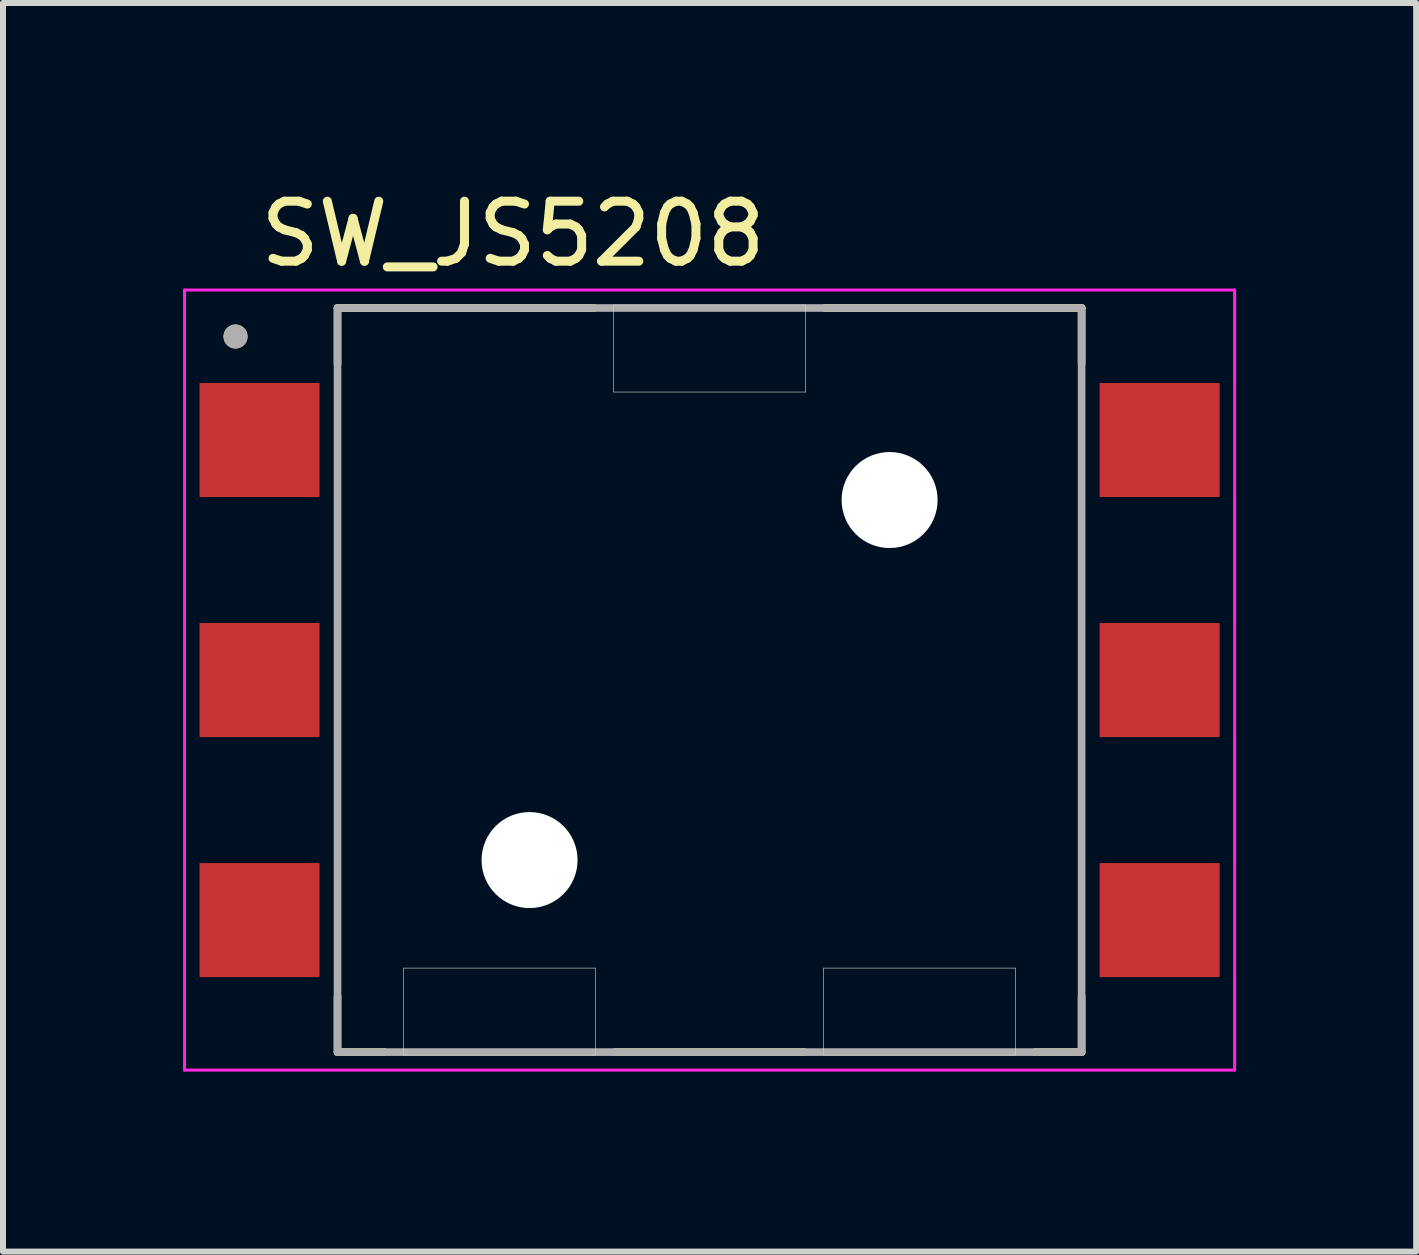
<source format=kicad_pcb>
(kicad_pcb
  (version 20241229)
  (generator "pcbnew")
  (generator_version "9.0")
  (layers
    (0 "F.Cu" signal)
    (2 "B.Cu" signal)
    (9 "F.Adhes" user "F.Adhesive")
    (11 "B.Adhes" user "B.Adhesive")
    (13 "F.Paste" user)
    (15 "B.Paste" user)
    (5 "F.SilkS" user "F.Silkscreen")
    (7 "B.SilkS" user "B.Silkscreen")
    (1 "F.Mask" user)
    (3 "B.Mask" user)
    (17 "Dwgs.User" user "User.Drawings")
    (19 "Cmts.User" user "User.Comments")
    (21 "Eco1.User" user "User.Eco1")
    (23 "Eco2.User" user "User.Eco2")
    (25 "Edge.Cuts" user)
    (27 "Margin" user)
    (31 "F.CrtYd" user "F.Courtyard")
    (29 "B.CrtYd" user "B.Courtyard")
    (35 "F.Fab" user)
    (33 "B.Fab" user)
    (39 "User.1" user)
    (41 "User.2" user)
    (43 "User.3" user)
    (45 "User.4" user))
  (footprint "SW_JS5208"
    (layer "F.Cu")
    (at 8.775 8.283)
    (property "Reference" "SW_JS5208" (at -3.275 -7.435 0) (layer "F.SilkS") (effects (font (size 1 1) (thickness 0.15))))
    (attr smd)
    (fp_line (start -6.2 -6.2) (end -1.92 -6.2) (stroke (width 0.127) (type solid)) (layer "F.SilkS"))
    (fp_line (start -6.2 -5.27) (end -6.2 -6.2) (stroke (width 0.127) (type solid)) (layer "F.SilkS"))
    (fp_line (start -6.2 5.27) (end -6.2 6.2) (stroke (width 0.127) (type solid)) (layer "F.SilkS"))
    (fp_line (start -6.2 6.2) (end -5.42 6.2) (stroke (width 0.127) (type solid)) (layer "F.SilkS"))
    (fp_line (start -1.58 6.2) (end 1.58 6.2) (stroke (width 0.127) (type solid)) (layer "F.SilkS"))
    (fp_line (start 1.92 -6.2) (end 6.2 -6.2) (stroke (width 0.127) (type solid)) (layer "F.SilkS"))
    (fp_line (start 5.42 6.2) (end 6.2 6.2) (stroke (width 0.127) (type solid)) (layer "F.SilkS"))
    (fp_line (start 6.2 -6.2) (end 6.2 -5.27) (stroke (width 0.127) (type solid)) (layer "F.SilkS"))
    (fp_line (start 6.2 6.2) (end 6.2 5.27) (stroke (width 0.127) (type solid)) (layer "F.SilkS"))
    (fp_circle (center -7.9 -5.725) (end -7.8 -5.725) (stroke (width 0.2) (type solid)) (fill no) (layer "F.SilkS"))
    (fp_line (start -5.1 4.8) (end -1.9 4.8) (stroke (width 0.01) (type solid)) (layer "Edge.Cuts"))
    (fp_line (start -5.1 6.25) (end -5.1 4.8) (stroke (width 0.01) (type solid)) (layer "Edge.Cuts"))
    (fp_line (start -1.9 4.8) (end -1.9 6.25) (stroke (width 0.01) (type solid)) (layer "Edge.Cuts"))
    (fp_line (start -1.9 6.25) (end -5.1 6.25) (stroke (width 0.01) (type solid)) (layer "Edge.Cuts"))
    (fp_line (start -1.6 -6.25) (end 1.6 -6.25) (stroke (width 0.01) (type solid)) (layer "Edge.Cuts"))
    (fp_line (start -1.6 -4.8) (end -1.6 -6.25) (stroke (width 0.01) (type solid)) (layer "Edge.Cuts"))
    (fp_line (start 1.6 -6.25) (end 1.6 -4.8) (stroke (width 0.01) (type solid)) (layer "Edge.Cuts"))
    (fp_line (start 1.6 -4.8) (end -1.6 -4.8) (stroke (width 0.01) (type solid)) (layer "Edge.Cuts"))
    (fp_line (start 1.9 4.8) (end 1.9 6.25) (stroke (width 0.01) (type solid)) (layer "Edge.Cuts"))
    (fp_line (start 1.9 6.25) (end 5.1 6.25) (stroke (width 0.01) (type solid)) (layer "Edge.Cuts"))
    (fp_line (start 5.1 4.8) (end 1.9 4.8) (stroke (width 0.01) (type solid)) (layer "Edge.Cuts"))
    (fp_line (start 5.1 6.25) (end 5.1 4.8) (stroke (width 0.01) (type solid)) (layer "Edge.Cuts"))
    (fp_line (start -8.75 -6.5) (end -8.75 6.5) (stroke (width 0.05) (type solid)) (layer "F.CrtYd"))
    (fp_line (start -8.75 6.5) (end 8.75 6.5) (stroke (width 0.05) (type solid)) (layer "F.CrtYd"))
    (fp_line (start 8.75 -6.5) (end -8.75 -6.5) (stroke (width 0.05) (type solid)) (layer "F.CrtYd"))
    (fp_line (start 8.75 6.5) (end 8.75 -6.5) (stroke (width 0.05) (type solid)) (layer "F.CrtYd"))
    (fp_line (start -6.2 -6.2) (end 6.2 -6.2) (stroke (width 0.127) (type solid)) (layer "F.Fab"))
    (fp_line (start -6.2 6.2) (end -6.2 -6.2) (stroke (width 0.127) (type solid)) (layer "F.Fab"))
    (fp_line (start 6.2 -6.2) (end 6.2 6.2) (stroke (width 0.127) (type solid)) (layer "F.Fab"))
    (fp_line (start 6.2 6.2) (end -6.2 6.2) (stroke (width 0.127) (type solid)) (layer "F.Fab"))
    (fp_circle (center -7.9 -5.725) (end -7.8 -5.725) (stroke (width 0.2) (type solid)) (fill no) (layer "F.Fab"))
    (pad "" np_thru_hole circle (at -3 3) (size 1.6 1.6) (drill 1.6) (layers "*.Cu" "*.Mask"))
    (pad "" np_thru_hole circle (at 3 -3) (size 1.6 1.6) (drill 1.6) (layers "*.Cu" "*.Mask"))
    (pad "1" smd rect (at -7.5 -4) (size 2 1.9) (layers "F.Cu" "F.Mask" "F.Paste"))
    (pad "2" smd rect (at -7.5 0) (size 2 1.9) (layers "F.Cu" "F.Mask" "F.Paste"))
    (pad "3" smd rect (at -7.5 4) (size 2 1.9) (layers "F.Cu" "F.Mask" "F.Paste"))
    (pad "4" smd rect (at 7.5 -4) (size 2 1.9) (layers "F.Cu" "F.Mask" "F.Paste"))
    (pad "5" smd rect (at 7.5 0) (size 2 1.9) (layers "F.Cu" "F.Mask" "F.Paste"))
    (pad "6" smd rect (at 7.5 4) (size 2 1.9) (layers "F.Cu" "F.Mask" "F.Paste")))
  (gr_rect
    (start -3 -3)
    (end 20.55 17.808)
    (stroke (width 0.1) (type default))
    (fill no)
    (layer "Edge.Cuts")))
</source>
